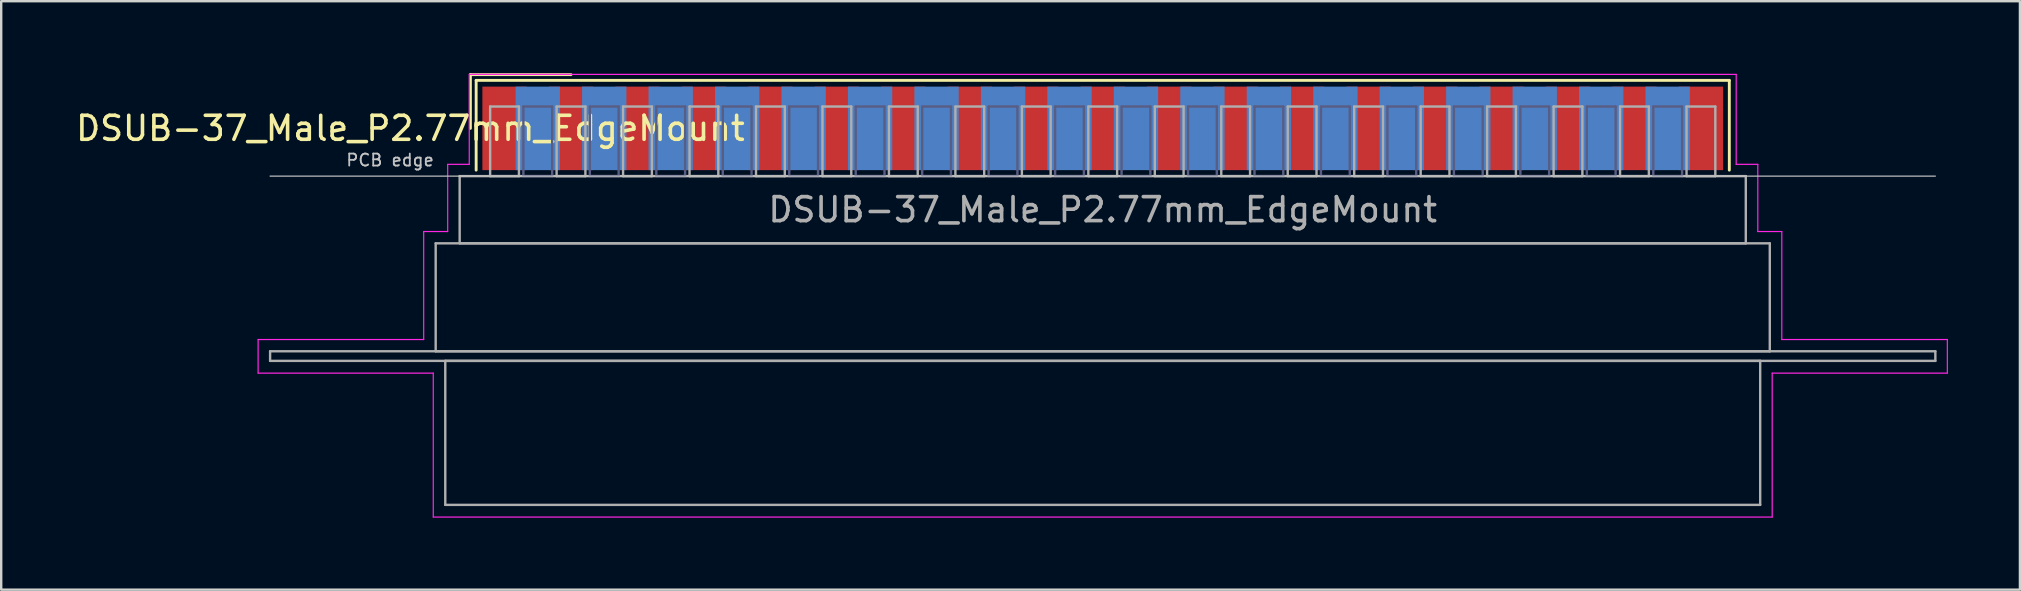
<source format=kicad_pcb>
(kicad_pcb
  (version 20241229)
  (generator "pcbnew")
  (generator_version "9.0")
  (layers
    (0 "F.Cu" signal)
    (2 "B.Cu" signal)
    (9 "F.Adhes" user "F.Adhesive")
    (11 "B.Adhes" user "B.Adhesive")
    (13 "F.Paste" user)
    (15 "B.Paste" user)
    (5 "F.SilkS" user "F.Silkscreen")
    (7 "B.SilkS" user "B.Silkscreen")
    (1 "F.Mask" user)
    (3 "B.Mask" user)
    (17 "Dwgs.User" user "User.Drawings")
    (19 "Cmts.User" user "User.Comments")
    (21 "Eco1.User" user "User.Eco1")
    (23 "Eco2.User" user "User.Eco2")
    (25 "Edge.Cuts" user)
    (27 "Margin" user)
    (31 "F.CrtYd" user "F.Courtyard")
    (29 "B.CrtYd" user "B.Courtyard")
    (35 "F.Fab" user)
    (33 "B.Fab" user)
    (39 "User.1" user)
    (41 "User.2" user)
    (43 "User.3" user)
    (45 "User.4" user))
  (footprint "DSUB-37_Male_P2.77mm_EdgeMount"
    (layer "F.Cu")
    (at 42.907 2.3)
    (property "Reference" "DSUB-37_Male_P2.77mm_EdgeMount" (at -28.853 0 0) (layer "F.SilkS") (effects (font (size 1 1) (thickness 0.15))))
    (attr smd)
    (fp_line (start -26.353 -2.24) (end -22.16 -2.24) (stroke (width 0.12) (type solid)) (layer "F.SilkS"))
    (fp_line (start -26.353 0) (end -26.353 -2.24) (stroke (width 0.12) (type solid)) (layer "F.SilkS"))
    (fp_line (start -26.113 -2) (end -26.113 1.74) (stroke (width 0.12) (type solid)) (layer "F.SilkS"))
    (fp_line (start 26.113 -2) (end -26.113 -2) (stroke (width 0.12) (type solid)) (layer "F.SilkS"))
    (fp_line (start 26.113 1.74) (end 26.113 -2) (stroke (width 0.12) (type solid)) (layer "F.SilkS"))
    (fp_line (start -34.7 1.99) (end 34.7 1.99) (stroke (width 0.05) (type solid)) (layer "Dwgs.User"))
    (fp_line (start -35.2 8.8) (end -28.3 8.8) (stroke (width 0.05) (type solid)) (layer "F.CrtYd"))
    (fp_line (start -35.2 10.2) (end -35.2 8.8) (stroke (width 0.05) (type solid)) (layer "F.CrtYd"))
    (fp_line (start -28.3 4.3) (end -27.3 4.3) (stroke (width 0.05) (type solid)) (layer "F.CrtYd"))
    (fp_line (start -28.3 8.8) (end -28.3 4.3) (stroke (width 0.05) (type solid)) (layer "F.CrtYd"))
    (fp_line (start -27.9 10.2) (end -35.2 10.2) (stroke (width 0.05) (type solid)) (layer "F.CrtYd"))
    (fp_line (start -27.9 16.2) (end -27.9 10.2) (stroke (width 0.05) (type solid)) (layer "F.CrtYd"))
    (fp_line (start -27.3 1.5) (end -26.4 1.5) (stroke (width 0.05) (type solid)) (layer "F.CrtYd"))
    (fp_line (start -27.3 4.3) (end -27.3 1.5) (stroke (width 0.05) (type solid)) (layer "F.CrtYd"))
    (fp_line (start -26.4 -2.25) (end 26.4 -2.25) (stroke (width 0.05) (type solid)) (layer "F.CrtYd"))
    (fp_line (start -26.4 1.5) (end -26.4 -2.25) (stroke (width 0.05) (type solid)) (layer "F.CrtYd"))
    (fp_line (start 26.4 -2.25) (end 26.4 1.5) (stroke (width 0.05) (type solid)) (layer "F.CrtYd"))
    (fp_line (start 26.4 1.5) (end 27.3 1.5) (stroke (width 0.05) (type solid)) (layer "F.CrtYd"))
    (fp_line (start 27.3 1.5) (end 27.3 4.3) (stroke (width 0.05) (type solid)) (layer "F.CrtYd"))
    (fp_line (start 27.3 4.3) (end 28.3 4.3) (stroke (width 0.05) (type solid)) (layer "F.CrtYd"))
    (fp_line (start 27.9 10.2) (end 27.9 16.2) (stroke (width 0.05) (type solid)) (layer "F.CrtYd"))
    (fp_line (start 27.9 16.2) (end -27.9 16.2) (stroke (width 0.05) (type solid)) (layer "F.CrtYd"))
    (fp_line (start 28.3 4.3) (end 28.3 8.8) (stroke (width 0.05) (type solid)) (layer "F.CrtYd"))
    (fp_line (start 28.3 8.8) (end 35.2 8.8) (stroke (width 0.05) (type solid)) (layer "F.CrtYd"))
    (fp_line (start 35.2 8.8) (end 35.2 10.2) (stroke (width 0.05) (type solid)) (layer "F.CrtYd"))
    (fp_line (start 35.2 10.2) (end 27.9 10.2) (stroke (width 0.05) (type solid)) (layer "F.CrtYd"))
    (fp_line (start -24.145 -0.91) (end -24.145 1.99) (stroke (width 0.1) (type solid)) (layer "B.Fab"))
    (fp_line (start -24.145 1.99) (end -22.945 1.99) (stroke (width 0.1) (type solid)) (layer "B.Fab"))
    (fp_line (start -22.945 -0.91) (end -24.145 -0.91) (stroke (width 0.1) (type solid)) (layer "B.Fab"))
    (fp_line (start -22.945 1.99) (end -22.945 -0.91) (stroke (width 0.1) (type solid)) (layer "B.Fab"))
    (fp_line (start -21.375 -0.91) (end -21.375 1.99) (stroke (width 0.1) (type solid)) (layer "B.Fab"))
    (fp_line (start -21.375 1.99) (end -20.175 1.99) (stroke (width 0.1) (type solid)) (layer "B.Fab"))
    (fp_line (start -20.175 -0.91) (end -21.375 -0.91) (stroke (width 0.1) (type solid)) (layer "B.Fab"))
    (fp_line (start -20.175 1.99) (end -20.175 -0.91) (stroke (width 0.1) (type solid)) (layer "B.Fab"))
    (fp_line (start -18.605 -0.91) (end -18.605 1.99) (stroke (width 0.1) (type solid)) (layer "B.Fab"))
    (fp_line (start -18.605 1.99) (end -17.405 1.99) (stroke (width 0.1) (type solid)) (layer "B.Fab"))
    (fp_line (start -17.405 -0.91) (end -18.605 -0.91) (stroke (width 0.1) (type solid)) (layer "B.Fab"))
    (fp_line (start -17.405 1.99) (end -17.405 -0.91) (stroke (width 0.1) (type solid)) (layer "B.Fab"))
    (fp_line (start -15.835 -0.91) (end -15.835 1.99) (stroke (width 0.1) (type solid)) (layer "B.Fab"))
    (fp_line (start -15.835 1.99) (end -14.635 1.99) (stroke (width 0.1) (type solid)) (layer "B.Fab"))
    (fp_line (start -14.635 -0.91) (end -15.835 -0.91) (stroke (width 0.1) (type solid)) (layer "B.Fab"))
    (fp_line (start -14.635 1.99) (end -14.635 -0.91) (stroke (width 0.1) (type solid)) (layer "B.Fab"))
    (fp_line (start -13.065 -0.91) (end -13.065 1.99) (stroke (width 0.1) (type solid)) (layer "B.Fab"))
    (fp_line (start -13.065 1.99) (end -11.865 1.99) (stroke (width 0.1) (type solid)) (layer "B.Fab"))
    (fp_line (start -11.865 -0.91) (end -13.065 -0.91) (stroke (width 0.1) (type solid)) (layer "B.Fab"))
    (fp_line (start -11.865 1.99) (end -11.865 -0.91) (stroke (width 0.1) (type solid)) (layer "B.Fab"))
    (fp_line (start -10.295 -0.91) (end -10.295 1.99) (stroke (width 0.1) (type solid)) (layer "B.Fab"))
    (fp_line (start -10.295 1.99) (end -9.095 1.99) (stroke (width 0.1) (type solid)) (layer "B.Fab"))
    (fp_line (start -9.095 -0.91) (end -10.295 -0.91) (stroke (width 0.1) (type solid)) (layer "B.Fab"))
    (fp_line (start -9.095 1.99) (end -9.095 -0.91) (stroke (width 0.1) (type solid)) (layer "B.Fab"))
    (fp_line (start -7.525 -0.91) (end -7.525 1.99) (stroke (width 0.1) (type solid)) (layer "B.Fab"))
    (fp_line (start -7.525 1.99) (end -6.325 1.99) (stroke (width 0.1) (type solid)) (layer "B.Fab"))
    (fp_line (start -6.325 -0.91) (end -7.525 -0.91) (stroke (width 0.1) (type solid)) (layer "B.Fab"))
    (fp_line (start -6.325 1.99) (end -6.325 -0.91) (stroke (width 0.1) (type solid)) (layer "B.Fab"))
    (fp_line (start -4.755 -0.91) (end -4.755 1.99) (stroke (width 0.1) (type solid)) (layer "B.Fab"))
    (fp_line (start -4.755 1.99) (end -3.555 1.99) (stroke (width 0.1) (type solid)) (layer "B.Fab"))
    (fp_line (start -3.555 -0.91) (end -4.755 -0.91) (stroke (width 0.1) (type solid)) (layer "B.Fab"))
    (fp_line (start -3.555 1.99) (end -3.555 -0.91) (stroke (width 0.1) (type solid)) (layer "B.Fab"))
    (fp_line (start -1.985 -0.91) (end -1.985 1.99) (stroke (width 0.1) (type solid)) (layer "B.Fab"))
    (fp_line (start -1.985 1.99) (end -0.785 1.99) (stroke (width 0.1) (type solid)) (layer "B.Fab"))
    (fp_line (start -0.785 -0.91) (end -1.985 -0.91) (stroke (width 0.1) (type solid)) (layer "B.Fab"))
    (fp_line (start -0.785 1.99) (end -0.785 -0.91) (stroke (width 0.1) (type solid)) (layer "B.Fab"))
    (fp_line (start 0.785 -0.91) (end 0.785 1.99) (stroke (width 0.1) (type solid)) (layer "B.Fab"))
    (fp_line (start 0.785 1.99) (end 1.985 1.99) (stroke (width 0.1) (type solid)) (layer "B.Fab"))
    (fp_line (start 1.985 -0.91) (end 0.785 -0.91) (stroke (width 0.1) (type solid)) (layer "B.Fab"))
    (fp_line (start 1.985 1.99) (end 1.985 -0.91) (stroke (width 0.1) (type solid)) (layer "B.Fab"))
    (fp_line (start 3.555 -0.91) (end 3.555 1.99) (stroke (width 0.1) (type solid)) (layer "B.Fab"))
    (fp_line (start 3.555 1.99) (end 4.755 1.99) (stroke (width 0.1) (type solid)) (layer "B.Fab"))
    (fp_line (start 4.755 -0.91) (end 3.555 -0.91) (stroke (width 0.1) (type solid)) (layer "B.Fab"))
    (fp_line (start 4.755 1.99) (end 4.755 -0.91) (stroke (width 0.1) (type solid)) (layer "B.Fab"))
    (fp_line (start 6.325 -0.91) (end 6.325 1.99) (stroke (width 0.1) (type solid)) (layer "B.Fab"))
    (fp_line (start 6.325 1.99) (end 7.525 1.99) (stroke (width 0.1) (type solid)) (layer "B.Fab"))
    (fp_line (start 7.525 -0.91) (end 6.325 -0.91) (stroke (width 0.1) (type solid)) (layer "B.Fab"))
    (fp_line (start 7.525 1.99) (end 7.525 -0.91) (stroke (width 0.1) (type solid)) (layer "B.Fab"))
    (fp_line (start 9.095 -0.91) (end 9.095 1.99) (stroke (width 0.1) (type solid)) (layer "B.Fab"))
    (fp_line (start 9.095 1.99) (end 10.295 1.99) (stroke (width 0.1) (type solid)) (layer "B.Fab"))
    (fp_line (start 10.295 -0.91) (end 9.095 -0.91) (stroke (width 0.1) (type solid)) (layer "B.Fab"))
    (fp_line (start 10.295 1.99) (end 10.295 -0.91) (stroke (width 0.1) (type solid)) (layer "B.Fab"))
    (fp_line (start 11.865 -0.91) (end 11.865 1.99) (stroke (width 0.1) (type solid)) (layer "B.Fab"))
    (fp_line (start 11.865 1.99) (end 13.065 1.99) (stroke (width 0.1) (type solid)) (layer "B.Fab"))
    (fp_line (start 13.065 -0.91) (end 11.865 -0.91) (stroke (width 0.1) (type solid)) (layer "B.Fab"))
    (fp_line (start 13.065 1.99) (end 13.065 -0.91) (stroke (width 0.1) (type solid)) (layer "B.Fab"))
    (fp_line (start 14.635 -0.91) (end 14.635 1.99) (stroke (width 0.1) (type solid)) (layer "B.Fab"))
    (fp_line (start 14.635 1.99) (end 15.835 1.99) (stroke (width 0.1) (type solid)) (layer "B.Fab"))
    (fp_line (start 15.835 -0.91) (end 14.635 -0.91) (stroke (width 0.1) (type solid)) (layer "B.Fab"))
    (fp_line (start 15.835 1.99) (end 15.835 -0.91) (stroke (width 0.1) (type solid)) (layer "B.Fab"))
    (fp_line (start 17.405 -0.91) (end 17.405 1.99) (stroke (width 0.1) (type solid)) (layer "B.Fab"))
    (fp_line (start 17.405 1.99) (end 18.605 1.99) (stroke (width 0.1) (type solid)) (layer "B.Fab"))
    (fp_line (start 18.605 -0.91) (end 17.405 -0.91) (stroke (width 0.1) (type solid)) (layer "B.Fab"))
    (fp_line (start 18.605 1.99) (end 18.605 -0.91) (stroke (width 0.1) (type solid)) (layer "B.Fab"))
    (fp_line (start 20.175 -0.91) (end 20.175 1.99) (stroke (width 0.1) (type solid)) (layer "B.Fab"))
    (fp_line (start 20.175 1.99) (end 21.375 1.99) (stroke (width 0.1) (type solid)) (layer "B.Fab"))
    (fp_line (start 21.375 -0.91) (end 20.175 -0.91) (stroke (width 0.1) (type solid)) (layer "B.Fab"))
    (fp_line (start 21.375 1.99) (end 21.375 -0.91) (stroke (width 0.1) (type solid)) (layer "B.Fab"))
    (fp_line (start 22.945 -0.91) (end 22.945 1.99) (stroke (width 0.1) (type solid)) (layer "B.Fab"))
    (fp_line (start 22.945 1.99) (end 24.145 1.99) (stroke (width 0.1) (type solid)) (layer "B.Fab"))
    (fp_line (start 24.145 -0.91) (end 22.945 -0.91) (stroke (width 0.1) (type solid)) (layer "B.Fab"))
    (fp_line (start 24.145 1.99) (end 24.145 -0.91) (stroke (width 0.1) (type solid)) (layer "B.Fab"))
    (fp_line (start -34.7 9.29) (end -34.7 9.69) (stroke (width 0.1) (type solid)) (layer "F.Fab"))
    (fp_line (start -34.7 9.69) (end 34.7 9.69) (stroke (width 0.1) (type solid)) (layer "F.Fab"))
    (fp_line (start -27.8 4.79) (end -27.8 9.29) (stroke (width 0.1) (type solid)) (layer "F.Fab"))
    (fp_line (start -27.8 9.29) (end 27.8 9.29) (stroke (width 0.1) (type solid)) (layer "F.Fab"))
    (fp_line (start -27.4 9.69) (end -27.4 15.69) (stroke (width 0.1) (type solid)) (layer "F.Fab"))
    (fp_line (start -27.4 15.69) (end 27.4 15.69) (stroke (width 0.1) (type solid)) (layer "F.Fab"))
    (fp_line (start -26.8 1.99) (end -26.8 4.79) (stroke (width 0.1) (type solid)) (layer "F.Fab"))
    (fp_line (start -26.8 4.79) (end 26.8 4.79) (stroke (width 0.1) (type solid)) (layer "F.Fab"))
    (fp_line (start -25.53 -0.91) (end -25.53 1.99) (stroke (width 0.1) (type solid)) (layer "F.Fab"))
    (fp_line (start -25.53 1.99) (end -24.33 1.99) (stroke (width 0.1) (type solid)) (layer "F.Fab"))
    (fp_line (start -24.33 -0.91) (end -25.53 -0.91) (stroke (width 0.1) (type solid)) (layer "F.Fab"))
    (fp_line (start -24.33 1.99) (end -24.33 -0.91) (stroke (width 0.1) (type solid)) (layer "F.Fab"))
    (fp_line (start -22.76 -0.91) (end -22.76 1.99) (stroke (width 0.1) (type solid)) (layer "F.Fab"))
    (fp_line (start -22.76 1.99) (end -21.56 1.99) (stroke (width 0.1) (type solid)) (layer "F.Fab"))
    (fp_line (start -21.56 -0.91) (end -22.76 -0.91) (stroke (width 0.1) (type solid)) (layer "F.Fab"))
    (fp_line (start -21.56 1.99) (end -21.56 -0.91) (stroke (width 0.1) (type solid)) (layer "F.Fab"))
    (fp_line (start -19.99 -0.91) (end -19.99 1.99) (stroke (width 0.1) (type solid)) (layer "F.Fab"))
    (fp_line (start -19.99 1.99) (end -18.79 1.99) (stroke (width 0.1) (type solid)) (layer "F.Fab"))
    (fp_line (start -18.79 -0.91) (end -19.99 -0.91) (stroke (width 0.1) (type solid)) (layer "F.Fab"))
    (fp_line (start -18.79 1.99) (end -18.79 -0.91) (stroke (width 0.1) (type solid)) (layer "F.Fab"))
    (fp_line (start -17.22 -0.91) (end -17.22 1.99) (stroke (width 0.1) (type solid)) (layer "F.Fab"))
    (fp_line (start -17.22 1.99) (end -16.02 1.99) (stroke (width 0.1) (type solid)) (layer "F.Fab"))
    (fp_line (start -16.02 -0.91) (end -17.22 -0.91) (stroke (width 0.1) (type solid)) (layer "F.Fab"))
    (fp_line (start -16.02 1.99) (end -16.02 -0.91) (stroke (width 0.1) (type solid)) (layer "F.Fab"))
    (fp_line (start -14.45 -0.91) (end -14.45 1.99) (stroke (width 0.1) (type solid)) (layer "F.Fab"))
    (fp_line (start -14.45 1.99) (end -13.25 1.99) (stroke (width 0.1) (type solid)) (layer "F.Fab"))
    (fp_line (start -13.25 -0.91) (end -14.45 -0.91) (stroke (width 0.1) (type solid)) (layer "F.Fab"))
    (fp_line (start -13.25 1.99) (end -13.25 -0.91) (stroke (width 0.1) (type solid)) (layer "F.Fab"))
    (fp_line (start -11.68 -0.91) (end -11.68 1.99) (stroke (width 0.1) (type solid)) (layer "F.Fab"))
    (fp_line (start -11.68 1.99) (end -10.48 1.99) (stroke (width 0.1) (type solid)) (layer "F.Fab"))
    (fp_line (start -10.48 -0.91) (end -11.68 -0.91) (stroke (width 0.1) (type solid)) (layer "F.Fab"))
    (fp_line (start -10.48 1.99) (end -10.48 -0.91) (stroke (width 0.1) (type solid)) (layer "F.Fab"))
    (fp_line (start -8.91 -0.91) (end -8.91 1.99) (stroke (width 0.1) (type solid)) (layer "F.Fab"))
    (fp_line (start -8.91 1.99) (end -7.71 1.99) (stroke (width 0.1) (type solid)) (layer "F.Fab"))
    (fp_line (start -7.71 -0.91) (end -8.91 -0.91) (stroke (width 0.1) (type solid)) (layer "F.Fab"))
    (fp_line (start -7.71 1.99) (end -7.71 -0.91) (stroke (width 0.1) (type solid)) (layer "F.Fab"))
    (fp_line (start -6.14 -0.91) (end -6.14 1.99) (stroke (width 0.1) (type solid)) (layer "F.Fab"))
    (fp_line (start -6.14 1.99) (end -4.94 1.99) (stroke (width 0.1) (type solid)) (layer "F.Fab"))
    (fp_line (start -4.94 -0.91) (end -6.14 -0.91) (stroke (width 0.1) (type solid)) (layer "F.Fab"))
    (fp_line (start -4.94 1.99) (end -4.94 -0.91) (stroke (width 0.1) (type solid)) (layer "F.Fab"))
    (fp_line (start -3.37 -0.91) (end -3.37 1.99) (stroke (width 0.1) (type solid)) (layer "F.Fab"))
    (fp_line (start -3.37 1.99) (end -2.17 1.99) (stroke (width 0.1) (type solid)) (layer "F.Fab"))
    (fp_line (start -2.17 -0.91) (end -3.37 -0.91) (stroke (width 0.1) (type solid)) (layer "F.Fab"))
    (fp_line (start -2.17 1.99) (end -2.17 -0.91) (stroke (width 0.1) (type solid)) (layer "F.Fab"))
    (fp_line (start -0.6 -0.91) (end -0.6 1.99) (stroke (width 0.1) (type solid)) (layer "F.Fab"))
    (fp_line (start -0.6 1.99) (end 0.6 1.99) (stroke (width 0.1) (type solid)) (layer "F.Fab"))
    (fp_line (start 0.6 -0.91) (end -0.6 -0.91) (stroke (width 0.1) (type solid)) (layer "F.Fab"))
    (fp_line (start 0.6 1.99) (end 0.6 -0.91) (stroke (width 0.1) (type solid)) (layer "F.Fab"))
    (fp_line (start 2.17 -0.91) (end 2.17 1.99) (stroke (width 0.1) (type solid)) (layer "F.Fab"))
    (fp_line (start 2.17 1.99) (end 3.37 1.99) (stroke (width 0.1) (type solid)) (layer "F.Fab"))
    (fp_line (start 3.37 -0.91) (end 2.17 -0.91) (stroke (width 0.1) (type solid)) (layer "F.Fab"))
    (fp_line (start 3.37 1.99) (end 3.37 -0.91) (stroke (width 0.1) (type solid)) (layer "F.Fab"))
    (fp_line (start 4.94 -0.91) (end 4.94 1.99) (stroke (width 0.1) (type solid)) (layer "F.Fab"))
    (fp_line (start 4.94 1.99) (end 6.14 1.99) (stroke (width 0.1) (type solid)) (layer "F.Fab"))
    (fp_line (start 6.14 -0.91) (end 4.94 -0.91) (stroke (width 0.1) (type solid)) (layer "F.Fab"))
    (fp_line (start 6.14 1.99) (end 6.14 -0.91) (stroke (width 0.1) (type solid)) (layer "F.Fab"))
    (fp_line (start 7.71 -0.91) (end 7.71 1.99) (stroke (width 0.1) (type solid)) (layer "F.Fab"))
    (fp_line (start 7.71 1.99) (end 8.91 1.99) (stroke (width 0.1) (type solid)) (layer "F.Fab"))
    (fp_line (start 8.91 -0.91) (end 7.71 -0.91) (stroke (width 0.1) (type solid)) (layer "F.Fab"))
    (fp_line (start 8.91 1.99) (end 8.91 -0.91) (stroke (width 0.1) (type solid)) (layer "F.Fab"))
    (fp_line (start 10.48 -0.91) (end 10.48 1.99) (stroke (width 0.1) (type solid)) (layer "F.Fab"))
    (fp_line (start 10.48 1.99) (end 11.68 1.99) (stroke (width 0.1) (type solid)) (layer "F.Fab"))
    (fp_line (start 11.68 -0.91) (end 10.48 -0.91) (stroke (width 0.1) (type solid)) (layer "F.Fab"))
    (fp_line (start 11.68 1.99) (end 11.68 -0.91) (stroke (width 0.1) (type solid)) (layer "F.Fab"))
    (fp_line (start 13.25 -0.91) (end 13.25 1.99) (stroke (width 0.1) (type solid)) (layer "F.Fab"))
    (fp_line (start 13.25 1.99) (end 14.45 1.99) (stroke (width 0.1) (type solid)) (layer "F.Fab"))
    (fp_line (start 14.45 -0.91) (end 13.25 -0.91) (stroke (width 0.1) (type solid)) (layer "F.Fab"))
    (fp_line (start 14.45 1.99) (end 14.45 -0.91) (stroke (width 0.1) (type solid)) (layer "F.Fab"))
    (fp_line (start 16.02 -0.91) (end 16.02 1.99) (stroke (width 0.1) (type solid)) (layer "F.Fab"))
    (fp_line (start 16.02 1.99) (end 17.22 1.99) (stroke (width 0.1) (type solid)) (layer "F.Fab"))
    (fp_line (start 17.22 -0.91) (end 16.02 -0.91) (stroke (width 0.1) (type solid)) (layer "F.Fab"))
    (fp_line (start 17.22 1.99) (end 17.22 -0.91) (stroke (width 0.1) (type solid)) (layer "F.Fab"))
    (fp_line (start 18.79 -0.91) (end 18.79 1.99) (stroke (width 0.1) (type solid)) (layer "F.Fab"))
    (fp_line (start 18.79 1.99) (end 19.99 1.99) (stroke (width 0.1) (type solid)) (layer "F.Fab"))
    (fp_line (start 19.99 -0.91) (end 18.79 -0.91) (stroke (width 0.1) (type solid)) (layer "F.Fab"))
    (fp_line (start 19.99 1.99) (end 19.99 -0.91) (stroke (width 0.1) (type solid)) (layer "F.Fab"))
    (fp_line (start 21.56 -0.91) (end 21.56 1.99) (stroke (width 0.1) (type solid)) (layer "F.Fab"))
    (fp_line (start 21.56 1.99) (end 22.76 1.99) (stroke (width 0.1) (type solid)) (layer "F.Fab"))
    (fp_line (start 22.76 -0.91) (end 21.56 -0.91) (stroke (width 0.1) (type solid)) (layer "F.Fab"))
    (fp_line (start 22.76 1.99) (end 22.76 -0.91) (stroke (width 0.1) (type solid)) (layer "F.Fab"))
    (fp_line (start 24.33 -0.91) (end 24.33 1.99) (stroke (width 0.1) (type solid)) (layer "F.Fab"))
    (fp_line (start 24.33 1.99) (end 25.53 1.99) (stroke (width 0.1) (type solid)) (layer "F.Fab"))
    (fp_line (start 25.53 -0.91) (end 24.33 -0.91) (stroke (width 0.1) (type solid)) (layer "F.Fab"))
    (fp_line (start 25.53 1.99) (end 25.53 -0.91) (stroke (width 0.1) (type solid)) (layer "F.Fab"))
    (fp_line (start 26.8 1.99) (end -26.8 1.99) (stroke (width 0.1) (type solid)) (layer "F.Fab"))
    (fp_line (start 26.8 4.79) (end 26.8 1.99) (stroke (width 0.1) (type solid)) (layer "F.Fab"))
    (fp_line (start 27.4 9.69) (end -27.4 9.69) (stroke (width 0.1) (type solid)) (layer "F.Fab"))
    (fp_line (start 27.4 15.69) (end 27.4 9.69) (stroke (width 0.1) (type solid)) (layer "F.Fab"))
    (fp_line (start 27.8 4.79) (end -27.8 4.79) (stroke (width 0.1) (type solid)) (layer "F.Fab"))
    (fp_line (start 27.8 9.29) (end 27.8 4.79) (stroke (width 0.1) (type solid)) (layer "F.Fab"))
    (fp_line (start 34.7 9.29) (end -34.7 9.29) (stroke (width 0.1) (type solid)) (layer "F.Fab"))
    (fp_line (start 34.7 9.69) (end 34.7 9.29) (stroke (width 0.1) (type solid)) (layer "F.Fab"))
    (fp_text user "PCB edge" (at -29.7 1.323 0) (layer "Dwgs.User") (effects (font (size 0.5 0.5) (thickness 0.075))))
    (fp_text user "${REFERENCE}" (at 0 3.39 0) (layer "F.Fab") (effects (font (size 1 1) (thickness 0.15))))
    (pad "1" smd rect (at -24.93 0) (size 1.847 3.48) (layers "F.Cu" "F.Mask" "F.Paste"))
    (pad "2" smd rect (at -22.16 0) (size 1.847 3.48) (layers "F.Cu" "F.Mask" "F.Paste"))
    (pad "3" smd rect (at -19.39 0) (size 1.847 3.48) (layers "F.Cu" "F.Mask" "F.Paste"))
    (pad "4" smd rect (at -16.62 0) (size 1.847 3.48) (layers "F.Cu" "F.Mask" "F.Paste"))
    (pad "5" smd rect (at -13.85 0) (size 1.847 3.48) (layers "F.Cu" "F.Mask" "F.Paste"))
    (pad "6" smd rect (at -11.08 0) (size 1.847 3.48) (layers "F.Cu" "F.Mask" "F.Paste"))
    (pad "7" smd rect (at -8.31 0) (size 1.847 3.48) (layers "F.Cu" "F.Mask" "F.Paste"))
    (pad "8" smd rect (at -5.54 0) (size 1.847 3.48) (layers "F.Cu" "F.Mask" "F.Paste"))
    (pad "9" smd rect (at -2.77 0) (size 1.847 3.48) (layers "F.Cu" "F.Mask" "F.Paste"))
    (pad "10" smd rect (at 0 0) (size 1.847 3.48) (layers "F.Cu" "F.Mask" "F.Paste"))
    (pad "11" smd rect (at 2.77 0) (size 1.847 3.48) (layers "F.Cu" "F.Mask" "F.Paste"))
    (pad "12" smd rect (at 5.54 0) (size 1.847 3.48) (layers "F.Cu" "F.Mask" "F.Paste"))
    (pad "13" smd rect (at 8.31 0) (size 1.847 3.48) (layers "F.Cu" "F.Mask" "F.Paste"))
    (pad "14" smd rect (at 11.08 0) (size 1.847 3.48) (layers "F.Cu" "F.Mask" "F.Paste"))
    (pad "15" smd rect (at 13.85 0) (size 1.847 3.48) (layers "F.Cu" "F.Mask" "F.Paste"))
    (pad "16" smd rect (at 16.62 0) (size 1.847 3.48) (layers "F.Cu" "F.Mask" "F.Paste"))
    (pad "17" smd rect (at 19.39 0) (size 1.847 3.48) (layers "F.Cu" "F.Mask" "F.Paste"))
    (pad "18" smd rect (at 22.16 0) (size 1.847 3.48) (layers "F.Cu" "F.Mask" "F.Paste"))
    (pad "19" smd rect (at 24.93 0) (size 1.847 3.48) (layers "F.Cu" "F.Mask" "F.Paste"))
    (pad "20" smd rect (at -23.545 0) (size 1.847 3.48) (layers "B.Cu" "B.Mask" "B.Paste"))
    (pad "21" smd rect (at -20.775 0) (size 1.847 3.48) (layers "B.Cu" "B.Mask" "B.Paste"))
    (pad "22" smd rect (at -18.005 0) (size 1.847 3.48) (layers "B.Cu" "B.Mask" "B.Paste"))
    (pad "23" smd rect (at -15.235 0) (size 1.847 3.48) (layers "B.Cu" "B.Mask" "B.Paste"))
    (pad "24" smd rect (at -12.465 0) (size 1.847 3.48) (layers "B.Cu" "B.Mask" "B.Paste"))
    (pad "25" smd rect (at -9.695 0) (size 1.847 3.48) (layers "B.Cu" "B.Mask" "B.Paste"))
    (pad "26" smd rect (at -6.925 0) (size 1.847 3.48) (layers "B.Cu" "B.Mask" "B.Paste"))
    (pad "27" smd rect (at -4.155 0) (size 1.847 3.48) (layers "B.Cu" "B.Mask" "B.Paste"))
    (pad "28" smd rect (at -1.385 0) (size 1.847 3.48) (layers "B.Cu" "B.Mask" "B.Paste"))
    (pad "29" smd rect (at 1.385 0) (size 1.847 3.48) (layers "B.Cu" "B.Mask" "B.Paste"))
    (pad "30" smd rect (at 4.155 0) (size 1.847 3.48) (layers "B.Cu" "B.Mask" "B.Paste"))
    (pad "31" smd rect (at 6.925 0) (size 1.847 3.48) (layers "B.Cu" "B.Mask" "B.Paste"))
    (pad "32" smd rect (at 9.695 0) (size 1.847 3.48) (layers "B.Cu" "B.Mask" "B.Paste"))
    (pad "33" smd rect (at 12.465 0) (size 1.847 3.48) (layers "B.Cu" "B.Mask" "B.Paste"))
    (pad "34" smd rect (at 15.235 0) (size 1.847 3.48) (layers "B.Cu" "B.Mask" "B.Paste"))
    (pad "35" smd rect (at 18.005 0) (size 1.847 3.48) (layers "B.Cu" "B.Mask" "B.Paste"))
    (pad "36" smd rect (at 20.775 0) (size 1.847 3.48) (layers "B.Cu" "B.Mask" "B.Paste"))
    (pad "37" smd rect (at 23.545 0) (size 1.847 3.48) (layers "B.Cu" "B.Mask" "B.Paste")))
  (gr_rect
    (start -3 -3)
    (end 81.132 21.525)
    (stroke (width 0.1) (type default))
    (fill no)
    (layer "Edge.Cuts")))
</source>
